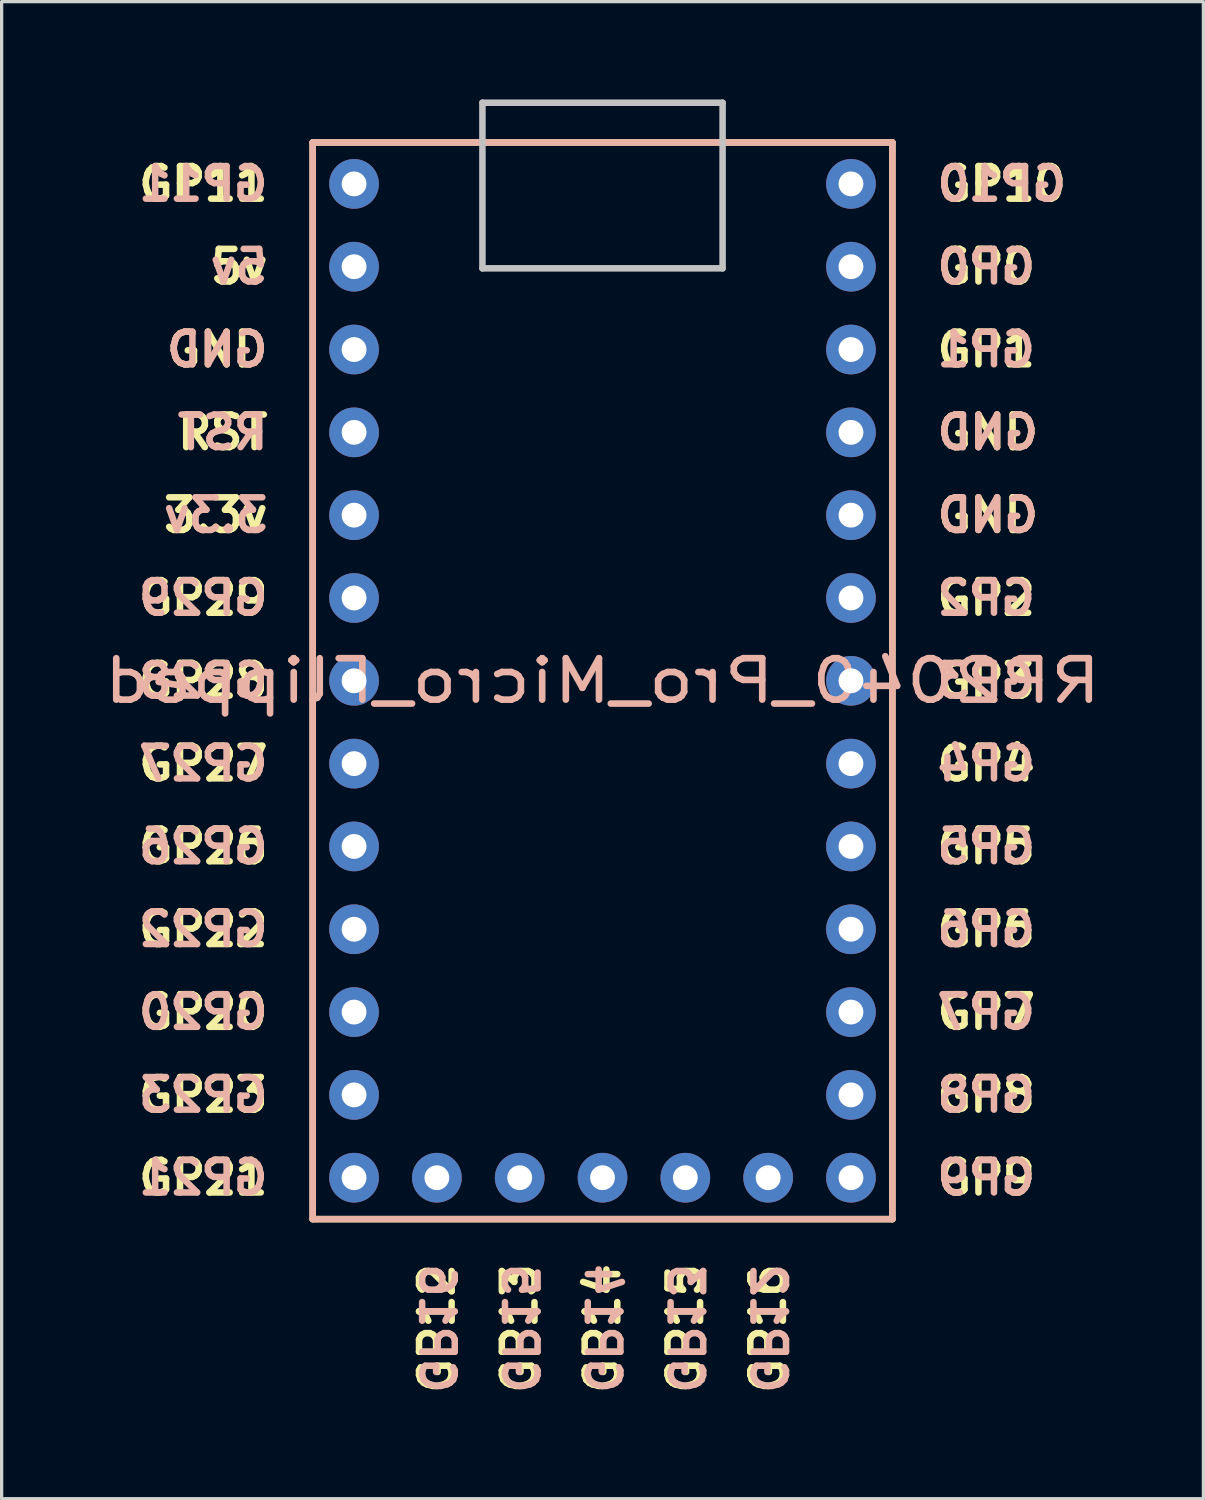
<source format=kicad_pcb>
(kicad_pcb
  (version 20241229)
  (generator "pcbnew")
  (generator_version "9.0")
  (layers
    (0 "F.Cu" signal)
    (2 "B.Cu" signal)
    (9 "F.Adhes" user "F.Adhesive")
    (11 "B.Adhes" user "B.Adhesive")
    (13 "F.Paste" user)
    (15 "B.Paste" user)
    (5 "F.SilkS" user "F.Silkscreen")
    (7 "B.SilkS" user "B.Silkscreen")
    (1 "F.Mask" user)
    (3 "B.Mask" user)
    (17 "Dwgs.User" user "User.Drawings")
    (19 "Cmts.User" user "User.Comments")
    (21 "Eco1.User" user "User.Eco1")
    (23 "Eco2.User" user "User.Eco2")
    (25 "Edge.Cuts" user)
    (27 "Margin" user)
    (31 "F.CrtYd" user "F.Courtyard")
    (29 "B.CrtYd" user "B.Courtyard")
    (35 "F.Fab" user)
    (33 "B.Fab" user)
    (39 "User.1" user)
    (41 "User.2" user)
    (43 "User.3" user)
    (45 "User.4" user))
  (footprint "RP2040_Pro_Micro_Flipped"
    (layer "F.Cu")
    (at 15.429 19.1)
    (property "Reference" "RP2040_Pro_Micro_Flipped" (at 0 -1.27 0) (layer "B.SilkS") (effects (font (size 1.27 1.524) (thickness 0.203)) (justify mirror)))
    (attr through_hole)
    (fp_line (start -8.89 -17.78) (end -8.89 15.24) (stroke (width 0.2) (type solid)) (layer "F.SilkS"))
    (fp_line (start -8.89 15.24) (end 8.89 15.24) (stroke (width 0.2) (type solid)) (layer "F.SilkS"))
    (fp_line (start 8.89 -17.78) (end -8.89 -17.78) (stroke (width 0.2) (type solid)) (layer "F.SilkS"))
    (fp_line (start 8.89 15.24) (end 8.89 -17.78) (stroke (width 0.2) (type solid)) (layer "F.SilkS"))
    (fp_line (start -8.89 -17.78) (end -8.89 15.24) (stroke (width 0.2) (type solid)) (layer "B.SilkS"))
    (fp_line (start -8.89 15.24) (end 8.89 15.24) (stroke (width 0.2) (type solid)) (layer "B.SilkS"))
    (fp_line (start 8.89 -17.78) (end -8.89 -17.78) (stroke (width 0.2) (type solid)) (layer "B.SilkS"))
    (fp_line (start 8.89 15.24) (end 8.89 -17.78) (stroke (width 0.2) (type solid)) (layer "B.SilkS"))
    (fp_line (start -3.683 -19) (end 3.683 -19) (stroke (width 0.2) (type solid)) (layer "Dwgs.User"))
    (fp_line (start -3.683 -13.92) (end -3.683 -19) (stroke (width 0.2) (type solid)) (layer "Dwgs.User"))
    (fp_line (start 3.683 -19) (end 3.683 -13.92) (stroke (width 0.2) (type solid)) (layer "Dwgs.User"))
    (fp_line (start 3.683 -13.92) (end -3.683 -13.92) (stroke (width 0.2) (type solid)) (layer "Dwgs.User"))
    (fp_text user "GP12" (at -5.08 16.51 90) (unlocked yes) (layer "F.SilkS") (effects (font (size 1 1) (thickness 0.2) (bold yes)) (justify right)))
    (fp_text user "GP26" (at -10.16 3.81 0) (unlocked yes) (layer "F.SilkS") (effects (font (size 1 1) (thickness 0.2) (bold yes)) (justify right)))
    (fp_text user "GP21" (at -10.16 13.97 0) (unlocked yes) (layer "F.SilkS") (effects (font (size 1 1) (thickness 0.2) (bold yes)) (justify right)))
    (fp_text user "GP8" (at 10.16 11.43 0) (unlocked yes) (layer "F.SilkS") (effects (font (size 1 1) (thickness 0.2) (bold yes)) (justify left)))
    (fp_text user "GP4" (at 10.16 1.27 0) (unlocked yes) (layer "F.SilkS") (effects (font (size 1 1) (thickness 0.2) (bold yes)) (justify left)))
    (fp_text user "GP0" (at 10.16 -13.97 0) (unlocked yes) (layer "F.SilkS") (effects (font (size 1 1) (thickness 0.2) (bold yes)) (justify left)))
    (fp_text user "GP6" (at 10.16 6.35 0) (unlocked yes) (layer "F.SilkS") (effects (font (size 1 1) (thickness 0.2) (bold yes)) (justify left)))
    (fp_text user "GND" (at 10.16 -8.89 0) (unlocked yes) (layer "F.SilkS") (effects (font (size 1 1) (thickness 0.2) (bold yes)) (justify left)))
    (fp_text user "3.3v" (at -10.16 -6.35 0) (unlocked yes) (layer "F.SilkS") (effects (font (size 1 1) (thickness 0.2) (bold yes)) (justify right)))
    (fp_text user "GP7" (at 10.16 8.89 0) (unlocked yes) (layer "F.SilkS") (effects (font (size 1 1) (thickness 0.2) (bold yes)) (justify left)))
    (fp_text user "GP16" (at 5.08 16.51 90) (unlocked yes) (layer "F.SilkS") (effects (font (size 1 1) (thickness 0.2) (bold yes)) (justify right)))
    (fp_text user "GP29" (at -10.16 -3.81 0) (unlocked yes) (layer "F.SilkS") (effects (font (size 1 1) (thickness 0.2) (bold yes)) (justify right)))
    (fp_text user "RST" (at -10.16 -8.89 0) (unlocked yes) (layer "F.SilkS") (effects (font (size 1 1) (thickness 0.2) (bold yes)) (justify right)))
    (fp_text user "5v" (at -10.16 -13.97 0) (unlocked yes) (layer "F.SilkS") (effects (font (size 1 1) (thickness 0.2) (bold yes)) (justify right)))
    (fp_text user "GP5" (at 10.16 3.81 0) (unlocked yes) (layer "F.SilkS") (effects (font (size 1 1) (thickness 0.2) (bold yes)) (justify left)))
    (fp_text user "GP3" (at 10.16 -1.27 0) (unlocked yes) (layer "F.SilkS") (effects (font (size 1 1) (thickness 0.2) (bold yes)) (justify left)))
    (fp_text user "GP22" (at -10.16 6.35 0) (unlocked yes) (layer "F.SilkS") (effects (font (size 1 1) (thickness 0.2) (bold yes)) (justify right)))
    (fp_text user "GP1" (at 10.16 -11.43 0) (unlocked yes) (layer "F.SilkS") (effects (font (size 1 1) (thickness 0.2) (bold yes)) (justify left)))
    (fp_text user "GP9" (at 10.16 13.97 0) (unlocked yes) (layer "F.SilkS") (effects (font (size 1 1) (thickness 0.2) (bold yes)) (justify left)))
    (fp_text user "GND" (at 10.16 -6.35 0) (unlocked yes) (layer "F.SilkS") (effects (font (size 1 1) (thickness 0.2) (bold yes)) (justify left)))
    (fp_text user "GP15" (at 2.54 16.51 90) (unlocked yes) (layer "F.SilkS") (effects (font (size 1 1) (thickness 0.2) (bold yes)) (justify right)))
    (fp_text user "GP14" (at 0 16.51 90) (unlocked yes) (layer "F.SilkS") (effects (font (size 1 1) (thickness 0.2) (bold yes)) (justify right)))
    (fp_text user "GP23" (at -10.16 11.43 0) (unlocked yes) (layer "F.SilkS") (effects (font (size 1 1) (thickness 0.2) (bold yes)) (justify right)))
    (fp_text user "GP20" (at -10.16 8.89 0) (unlocked yes) (layer "F.SilkS") (effects (font (size 1 1) (thickness 0.2) (bold yes)) (justify right)))
    (fp_text user "GP11" (at -10.16 -16.51 0) (unlocked yes) (layer "F.SilkS") (effects (font (size 1 1) (thickness 0.2) (bold yes)) (justify right)))
    (fp_text user "GND" (at -10.16 -11.43 0) (unlocked yes) (layer "F.SilkS") (effects (font (size 1 1) (thickness 0.2) (bold yes)) (justify right)))
    (fp_text user "GP27" (at -10.16 1.27 0) (unlocked yes) (layer "F.SilkS") (effects (font (size 1 1) (thickness 0.2) (bold yes)) (justify right)))
    (fp_text user "GP2" (at 10.16 -3.81 0) (unlocked yes) (layer "F.SilkS") (effects (font (size 1 1) (thickness 0.2) (bold yes)) (justify left)))
    (fp_text user "GP28" (at -10.16 -1.27 0) (unlocked yes) (layer "F.SilkS") (effects (font (size 1 1) (thickness 0.2) (bold yes)) (justify right)))
    (fp_text user "GP10" (at 10.16 -16.51 0) (unlocked yes) (layer "F.SilkS") (effects (font (size 1 1) (thickness 0.2) (bold yes)) (justify left)))
    (fp_text user "GP13" (at -2.54 16.51 90) (unlocked yes) (layer "F.SilkS") (effects (font (size 1 1) (thickness 0.2) (bold yes)) (justify right)))
    (fp_text user "GP3" (at 10.16 -1.27 0) (unlocked yes) (layer "B.SilkS") (effects (font (size 1 1) (thickness 0.2) (bold yes)) (justify right mirror)))
    (fp_text user "GP7" (at 10.16 8.89 0) (unlocked yes) (layer "B.SilkS") (effects (font (size 1 1) (thickness 0.2) (bold yes)) (justify right mirror)))
    (fp_text user "GND" (at 10.16 -6.35 0) (unlocked yes) (layer "B.SilkS") (effects (font (size 1 1) (thickness 0.2) (bold yes)) (justify right mirror)))
    (fp_text user "GP6" (at 10.16 6.35 0) (unlocked yes) (layer "B.SilkS") (effects (font (size 1 1) (thickness 0.2) (bold yes)) (justify right mirror)))
    (fp_text user "GP23" (at -10.16 11.43 0) (unlocked yes) (layer "B.SilkS") (effects (font (size 1 1) (thickness 0.2) (bold yes)) (justify left mirror)))
    (fp_text user "GP15" (at -2.54 16.51 270) (unlocked yes) (layer "B.SilkS") (effects (font (size 1 1) (thickness 0.2) (bold yes)) (justify right mirror)))
    (fp_text user "5v" (at -10.16 -13.97 0) (unlocked yes) (layer "B.SilkS") (effects (font (size 1 1) (thickness 0.2) (bold yes)) (justify left mirror)))
    (fp_text user "GP14" (at 0 16.51 270) (unlocked yes) (layer "B.SilkS") (effects (font (size 1 1) (thickness 0.2) (bold yes)) (justify right mirror)))
    (fp_text user "GP16" (at -5.08 16.51 270) (unlocked yes) (layer "B.SilkS") (effects (font (size 1 1) (thickness 0.2) (bold yes)) (justify right mirror)))
    (fp_text user "GP27" (at -10.16 1.27 0) (unlocked yes) (layer "B.SilkS") (effects (font (size 1 1) (thickness 0.2) (bold yes)) (justify left mirror)))
    (fp_text user "GP22" (at -10.16 6.35 0) (unlocked yes) (layer "B.SilkS") (effects (font (size 1 1) (thickness 0.2) (bold yes)) (justify left mirror)))
    (fp_text user "GP5" (at 10.16 3.81 0) (unlocked yes) (layer "B.SilkS") (effects (font (size 1 1) (thickness 0.2) (bold yes)) (justify right mirror)))
    (fp_text user "GP13" (at 2.54 16.51 270) (unlocked yes) (layer "B.SilkS") (effects (font (size 1 1) (thickness 0.2) (bold yes)) (justify right mirror)))
    (fp_text user "GP28" (at -10.16 -1.27 0) (unlocked yes) (layer "B.SilkS") (effects (font (size 1 1) (thickness 0.2) (bold yes)) (justify left mirror)))
    (fp_text user "3.3v" (at -10.16 -6.35 0) (unlocked yes) (layer "B.SilkS") (effects (font (size 1 1) (thickness 0.2) (bold yes)) (justify left mirror)))
    (fp_text user "GND" (at -10.16 -11.43 0) (unlocked yes) (layer "B.SilkS") (effects (font (size 1 1) (thickness 0.2) (bold yes)) (justify left mirror)))
    (fp_text user "GP20" (at -10.16 8.89 0) (unlocked yes) (layer "B.SilkS") (effects (font (size 1 1) (thickness 0.2) (bold yes)) (justify left mirror)))
    (fp_text user "GP29" (at -10.16 -3.81 0) (unlocked yes) (layer "B.SilkS") (effects (font (size 1 1) (thickness 0.2) (bold yes)) (justify left mirror)))
    (fp_text user "GP0" (at 10.16 -13.97 0) (unlocked yes) (layer "B.SilkS") (effects (font (size 1 1) (thickness 0.2) (bold yes)) (justify right mirror)))
    (fp_text user "GP26" (at -10.16 3.81 0) (unlocked yes) (layer "B.SilkS") (effects (font (size 1 1) (thickness 0.2) (bold yes)) (justify left mirror)))
    (fp_text user "GP11" (at -10.16 -16.51 0) (unlocked yes) (layer "B.SilkS") (effects (font (size 1 1) (thickness 0.2) (bold yes)) (justify left mirror)))
    (fp_text user "GND" (at 10.16 -8.89 0) (unlocked yes) (layer "B.SilkS") (effects (font (size 1 1) (thickness 0.2) (bold yes)) (justify right mirror)))
    (fp_text user "GP12" (at 5.08 16.51 270) (unlocked yes) (layer "B.SilkS") (effects (font (size 1 1) (thickness 0.2) (bold yes)) (justify right mirror)))
    (fp_text user "GP1" (at 10.16 -11.43 0) (unlocked yes) (layer "B.SilkS") (effects (font (size 1 1) (thickness 0.2) (bold yes)) (justify right mirror)))
    (fp_text user "GP21" (at -10.16 13.97 0) (unlocked yes) (layer "B.SilkS") (effects (font (size 1 1) (thickness 0.2) (bold yes)) (justify left mirror)))
    (fp_text user "GP10" (at 10.16 -16.51 0) (unlocked yes) (layer "B.SilkS") (effects (font (size 1 1) (thickness 0.2) (bold yes)) (justify right mirror)))
    (fp_text user "GP8" (at 10.16 11.43 0) (unlocked yes) (layer "B.SilkS") (effects (font (size 1 1) (thickness 0.2) (bold yes)) (justify right mirror)))
    (fp_text user "RST" (at -10.16 -8.89 0) (unlocked yes) (layer "B.SilkS") (effects (font (size 1 1) (thickness 0.2) (bold yes)) (justify left mirror)))
    (fp_text user "GP4" (at 10.16 1.27 0) (unlocked yes) (layer "B.SilkS") (effects (font (size 1 1) (thickness 0.2) (bold yes)) (justify right mirror)))
    (fp_text user "GP2" (at 10.16 -3.81 0) (unlocked yes) (layer "B.SilkS") (effects (font (size 1 1) (thickness 0.2) (bold yes)) (justify right mirror)))
    (fp_text user "GP9" (at 10.16 13.97 0) (unlocked yes) (layer "B.SilkS") (effects (font (size 1 1) (thickness 0.2) (bold yes)) (justify right mirror)))
    (pad "1" thru_hole circle (at 7.62 -16.51) (size 1.524 1.524) (drill 0.762) (layers "*.Cu" "*.Mask"))
    (pad "2" thru_hole circle (at 7.62 -13.97) (size 1.524 1.524) (drill 0.762) (layers "*.Cu" "*.Mask"))
    (pad "3" thru_hole circle (at 7.62 -11.43) (size 1.524 1.524) (drill 0.762) (layers "*.Cu" "*.Mask"))
    (pad "4" thru_hole circle (at 7.62 -8.89) (size 1.524 1.524) (drill 0.762) (layers "*.Cu" "*.Mask"))
    (pad "5" thru_hole circle (at 7.62 -6.35) (size 1.524 1.524) (drill 0.762) (layers "*.Cu" "*.Mask"))
    (pad "6" thru_hole circle (at 7.62 -3.81) (size 1.524 1.524) (drill 0.762) (layers "*.Cu" "*.Mask"))
    (pad "7" thru_hole circle (at 7.62 -1.27) (size 1.524 1.524) (drill 0.762) (layers "*.Cu" "*.Mask"))
    (pad "8" thru_hole circle (at 7.62 1.27) (size 1.524 1.524) (drill 0.762) (layers "*.Cu" "*.Mask"))
    (pad "9" thru_hole circle (at 7.62 3.81) (size 1.524 1.524) (drill 0.762) (layers "*.Cu" "*.Mask"))
    (pad "10" thru_hole circle (at 7.62 6.35) (size 1.524 1.524) (drill 0.762) (layers "*.Cu" "*.Mask"))
    (pad "11" thru_hole circle (at 7.62 8.89) (size 1.524 1.524) (drill 0.762) (layers "*.Cu" "*.Mask"))
    (pad "12" thru_hole circle (at 7.62 11.43) (size 1.524 1.524) (drill 0.762) (layers "*.Cu" "*.Mask"))
    (pad "13" thru_hole circle (at 7.62 13.97) (size 1.524 1.524) (drill 0.762) (layers "*.Cu" "*.Mask"))
    (pad "14" thru_hole circle (at 5.08 13.97) (size 1.524 1.524) (drill 0.762) (layers "*.Cu" "*.Mask"))
    (pad "15" thru_hole circle (at 2.54 13.97) (size 1.524 1.524) (drill 0.762) (layers "*.Cu" "*.Mask"))
    (pad "16" thru_hole circle (at 0 13.97) (size 1.524 1.524) (drill 0.762) (layers "*.Cu" "*.Mask"))
    (pad "17" thru_hole circle (at -2.54 13.97) (size 1.524 1.524) (drill 0.762) (layers "*.Cu" "*.Mask"))
    (pad "18" thru_hole circle (at -5.08 13.97) (size 1.524 1.524) (drill 0.762) (layers "*.Cu" "*.Mask"))
    (pad "19" thru_hole circle (at -7.62 13.97) (size 1.524 1.524) (drill 0.762) (layers "*.Cu" "*.Mask"))
    (pad "20" thru_hole circle (at -7.62 11.43) (size 1.524 1.524) (drill 0.762) (layers "*.Cu" "*.Mask"))
    (pad "21" thru_hole circle (at -7.62 8.89) (size 1.524 1.524) (drill 0.762) (layers "*.Cu" "*.Mask"))
    (pad "22" thru_hole circle (at -7.62 6.35) (size 1.524 1.524) (drill 0.762) (layers "*.Cu" "*.Mask"))
    (pad "23" thru_hole circle (at -7.62 3.81) (size 1.524 1.524) (drill 0.762) (layers "*.Cu" "*.Mask"))
    (pad "24" thru_hole circle (at -7.62 1.27) (size 1.524 1.524) (drill 0.762) (layers "*.Cu" "*.Mask"))
    (pad "25" thru_hole circle (at -7.62 -1.27) (size 1.524 1.524) (drill 0.762) (layers "*.Cu" "*.Mask"))
    (pad "26" thru_hole circle (at -7.62 -3.81) (size 1.524 1.524) (drill 0.762) (layers "*.Cu" "*.Mask"))
    (pad "27" thru_hole circle (at -7.62 -6.35) (size 1.524 1.524) (drill 0.762) (layers "*.Cu" "*.Mask"))
    (pad "28" thru_hole circle (at -7.62 -8.89) (size 1.524 1.524) (drill 0.762) (layers "*.Cu" "*.Mask"))
    (pad "29" thru_hole circle (at -7.62 -11.43) (size 1.524 1.524) (drill 0.762) (layers "*.Cu" "*.Mask"))
    (pad "30" thru_hole circle (at -7.62 -13.97) (size 1.524 1.524) (drill 0.762) (layers "*.Cu" "*.Mask"))
    (pad "31" thru_hole circle (at -7.62 -16.51) (size 1.524 1.524) (drill 0.762) (layers "*.Cu" "*.Mask")))
  (gr_rect
    (start -3 -3)
    (end 33.857 42.915)
    (stroke (width 0.1) (type default))
    (fill no)
    (layer "Edge.Cuts")))
</source>
